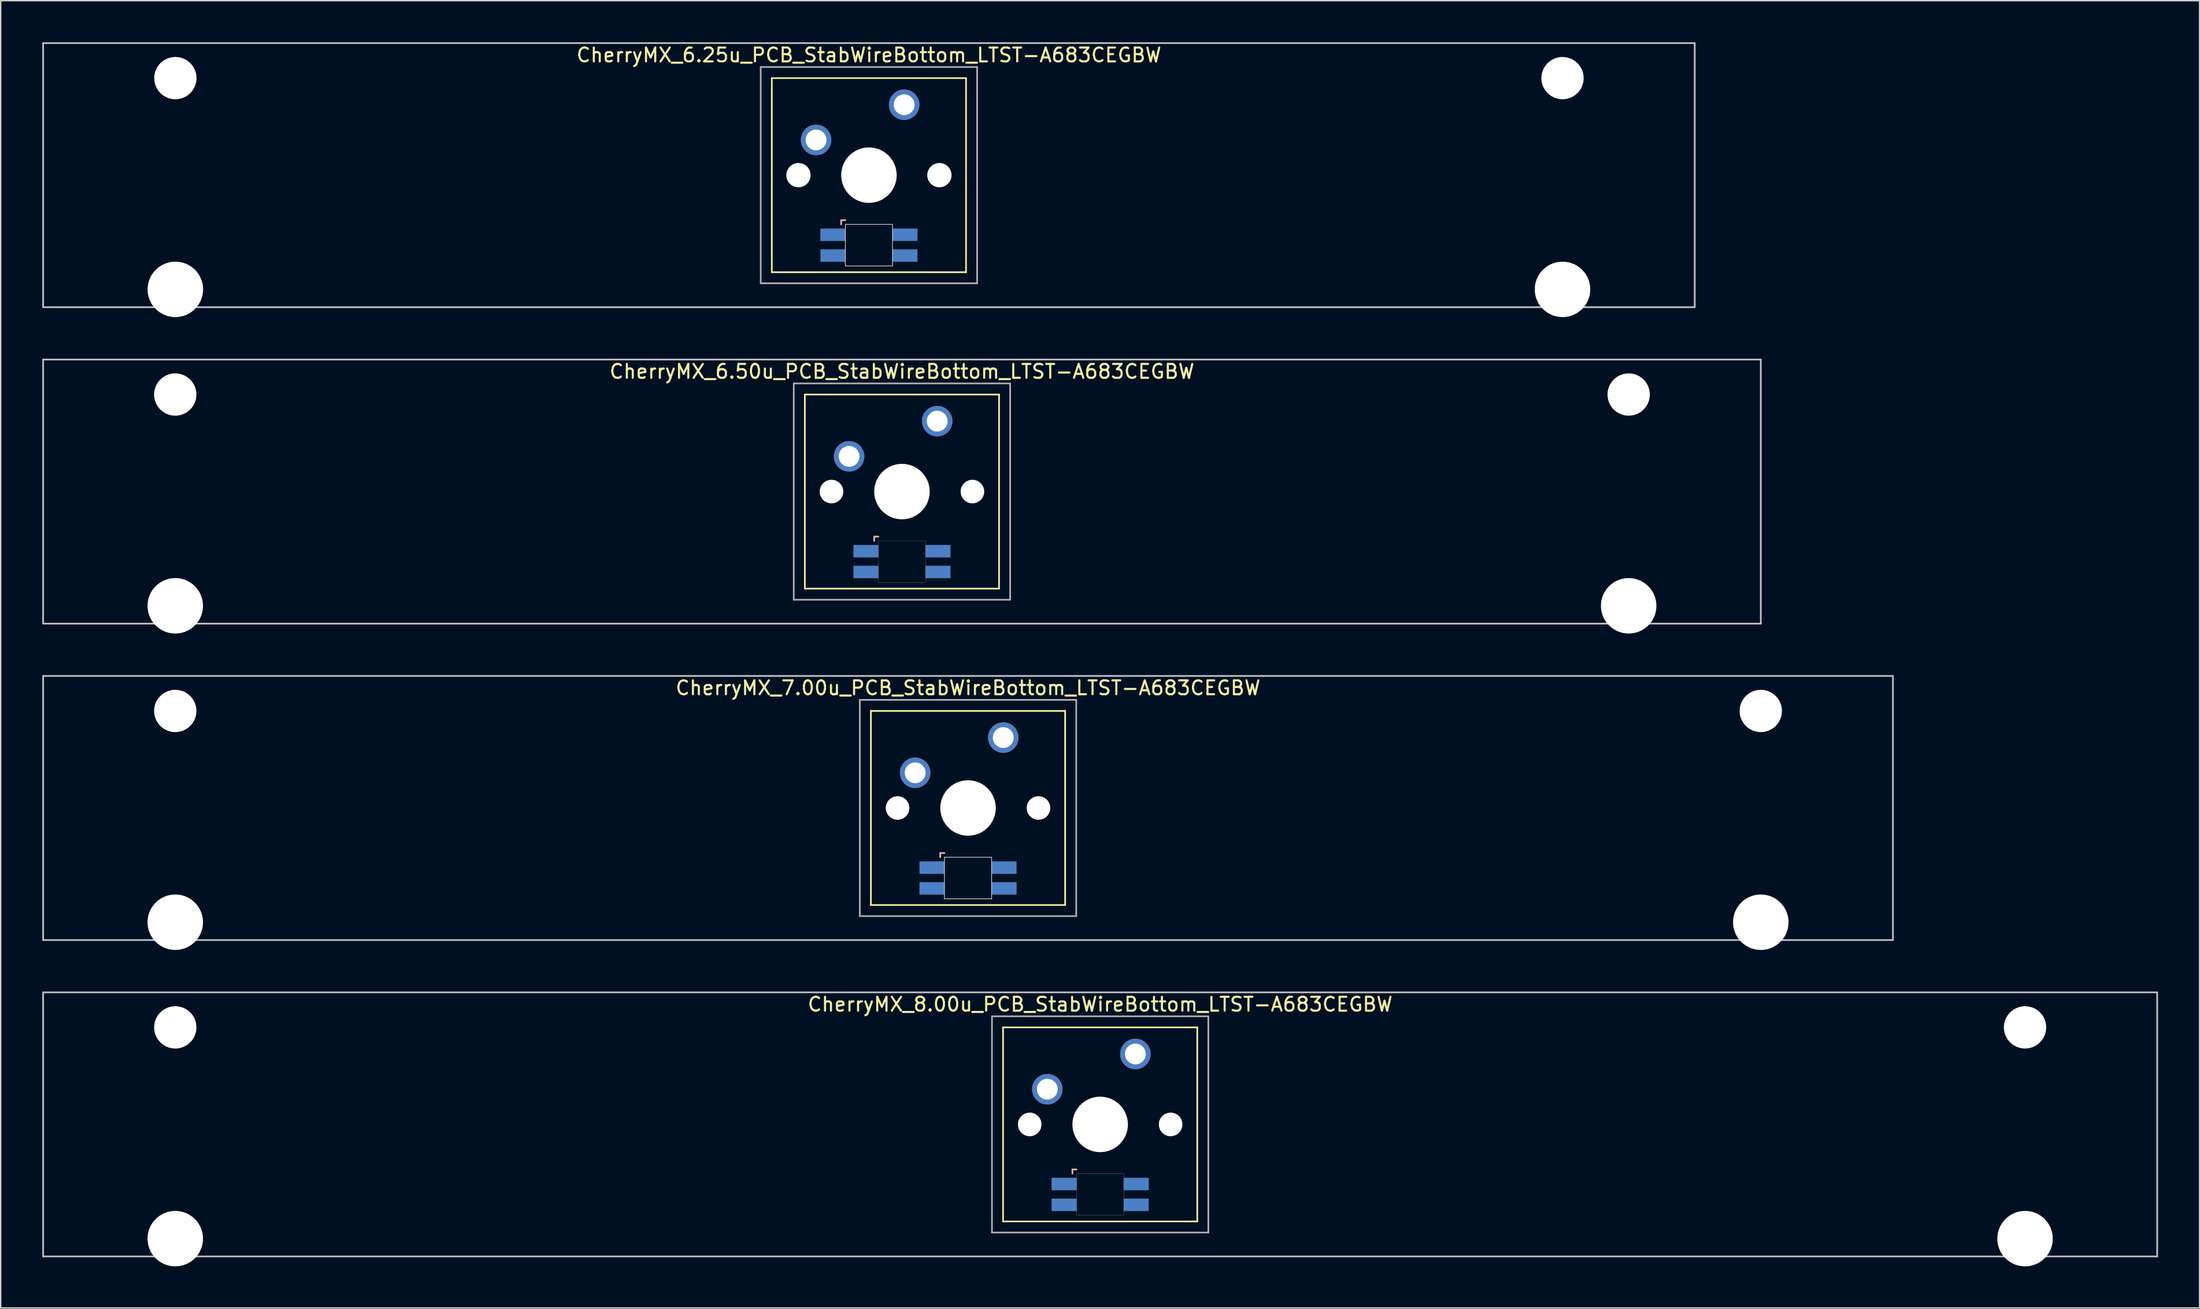
<source format=kicad_pcb>
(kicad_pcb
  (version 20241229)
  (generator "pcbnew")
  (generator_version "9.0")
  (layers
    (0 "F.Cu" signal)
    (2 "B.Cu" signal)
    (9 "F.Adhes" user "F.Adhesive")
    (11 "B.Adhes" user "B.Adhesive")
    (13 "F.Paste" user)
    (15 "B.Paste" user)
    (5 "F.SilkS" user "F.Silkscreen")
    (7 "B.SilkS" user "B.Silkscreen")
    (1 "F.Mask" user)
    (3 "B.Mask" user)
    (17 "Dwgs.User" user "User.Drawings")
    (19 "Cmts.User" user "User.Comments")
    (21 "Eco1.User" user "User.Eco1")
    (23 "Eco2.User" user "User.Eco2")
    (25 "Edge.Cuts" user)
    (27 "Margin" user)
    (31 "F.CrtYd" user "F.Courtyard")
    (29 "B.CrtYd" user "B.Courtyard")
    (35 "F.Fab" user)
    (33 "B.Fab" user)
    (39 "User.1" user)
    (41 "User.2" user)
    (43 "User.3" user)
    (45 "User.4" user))
  (footprint "CherryMX_6.50u_PCB_StabWireBottom_LTST-A683CEGBW"
    (layer "F.Cu")
    (at 61.972 32.41)
    (property "Reference" "CherryMX_6.50u_PCB_StabWireBottom_LTST-A683CEGBW" (at 0 -8.662 0) (layer "F.SilkS") (effects (font (size 1 1) (thickness 0.15))))
    (attr through_hole)
    (fp_line (start -7 -7) (end -7 7) (stroke (width 0.12) (type solid)) (layer "F.SilkS"))
    (fp_line (start -7 -7) (end 7 -7) (stroke (width 0.12) (type solid)) (layer "F.SilkS"))
    (fp_line (start 7 -7) (end 7 7) (stroke (width 0.12) (type solid)) (layer "F.SilkS"))
    (fp_line (start 7 7) (end -7 7) (stroke (width 0.12) (type solid)) (layer "F.SilkS"))
    (fp_line (start -2 3.25) (end -2 3.55) (stroke (width 0.12) (type solid)) (layer "B.SilkS"))
    (fp_line (start -1.7 3.25) (end -2 3.25) (stroke (width 0.12) (type solid)) (layer "B.SilkS"))
    (fp_line (start -61.913 -9.525) (end 61.913 -9.525) (stroke (width 0.12) (type solid)) (layer "Dwgs.User"))
    (fp_line (start -61.913 9.525) (end -61.913 -9.525) (stroke (width 0.12) (type solid)) (layer "Dwgs.User"))
    (fp_line (start 61.913 -9.525) (end 61.913 9.525) (stroke (width 0.12) (type solid)) (layer "Dwgs.User"))
    (fp_line (start 61.913 9.525) (end -61.913 9.525) (stroke (width 0.12) (type solid)) (layer "Dwgs.User"))
    (fp_poly (pts (xy 1.7 6.55) (xy -1.7 6.55) (xy -1.7 3.55) (xy 1.7 3.55)) (stroke (width 0.01) (type solid)) (fill no) (layer "Edge.Cuts"))
    (fp_line (start -7.8 -7.8) (end -7.8 7.8) (stroke (width 0.12) (type solid)) (layer "F.Fab"))
    (fp_line (start -7.8 -7.8) (end 7.8 -7.8) (stroke (width 0.12) (type solid)) (layer "F.Fab"))
    (fp_line (start -7.8 7.8) (end 7.8 7.8) (stroke (width 0.12) (type solid)) (layer "F.Fab"))
    (fp_line (start 7.8 -7.8) (end 7.8 7.8) (stroke (width 0.12) (type solid)) (layer "F.Fab"))
    (pad "" np_thru_hole circle (at -52.388 -7) (size 3.05 3.05) (drill 3.05) (layers "*.Cu" "*.Mask"))
    (pad "" np_thru_hole circle (at -52.388 8.24) (size 4 4) (drill 4) (layers "*.Cu" "*.Mask"))
    (pad "" np_thru_hole circle (at -5.08 0) (size 1.7 1.7) (drill 1.7) (layers "*.Cu" "*.Mask"))
    (pad "" np_thru_hole circle (at 0 0) (size 4 4) (drill 4) (layers "*.Cu" "*.Mask"))
    (pad "" np_thru_hole circle (at 5.08 0) (size 1.7 1.7) (drill 1.7) (layers "*.Cu" "*.Mask"))
    (pad "" np_thru_hole circle (at 52.388 -7) (size 3.05 3.05) (drill 3.05) (layers "*.Cu" "*.Mask"))
    (pad "" np_thru_hole circle (at 52.388 8.24) (size 4 4) (drill 4) (layers "*.Cu" "*.Mask"))
    (pad "1" thru_hole circle (at -3.81 -2.54) (size 2.2 2.2) (drill 1.5) (layers "*.Cu" "*.Mask"))
    (pad "2" thru_hole circle (at 2.54 -5.08) (size 2.2 2.2) (drill 1.5) (layers "*.Cu" "*.Mask"))
    (pad "3" smd rect (at -2.6 4.3) (size 1.8 0.9) (layers "B.Cu" "B.Mask" "B.Paste"))
    (pad "4" smd rect (at -2.6 5.8) (size 1.8 0.9) (layers "B.Cu" "B.Mask" "B.Paste"))
    (pad "5" smd rect (at 2.6 4.3) (size 1.8 0.9) (layers "B.Cu" "B.Mask" "B.Paste"))
    (pad "6" smd rect (at 2.6 5.8) (size 1.8 0.9) (layers "B.Cu" "B.Mask" "B.Paste")))
  (footprint "CherryMX_6.25u_PCB_StabWireBottom_LTST-A683CEGBW"
    (layer "F.Cu")
    (at 59.591 9.585)
    (property "Reference" "CherryMX_6.25u_PCB_StabWireBottom_LTST-A683CEGBW" (at 0 -8.662 0) (layer "F.SilkS") (effects (font (size 1 1) (thickness 0.15))))
    (attr through_hole)
    (fp_line (start -7 -7) (end -7 7) (stroke (width 0.12) (type solid)) (layer "F.SilkS"))
    (fp_line (start -7 -7) (end 7 -7) (stroke (width 0.12) (type solid)) (layer "F.SilkS"))
    (fp_line (start 7 -7) (end 7 7) (stroke (width 0.12) (type solid)) (layer "F.SilkS"))
    (fp_line (start 7 7) (end -7 7) (stroke (width 0.12) (type solid)) (layer "F.SilkS"))
    (fp_line (start -2 3.25) (end -2 3.55) (stroke (width 0.12) (type solid)) (layer "B.SilkS"))
    (fp_line (start -1.7 3.25) (end -2 3.25) (stroke (width 0.12) (type solid)) (layer "B.SilkS"))
    (fp_line (start -59.531 -9.525) (end 59.531 -9.525) (stroke (width 0.12) (type solid)) (layer "Dwgs.User"))
    (fp_line (start -59.531 9.525) (end -59.531 -9.525) (stroke (width 0.12) (type solid)) (layer "Dwgs.User"))
    (fp_line (start 59.531 -9.525) (end 59.531 9.525) (stroke (width 0.12) (type solid)) (layer "Dwgs.User"))
    (fp_line (start 59.531 9.525) (end -59.531 9.525) (stroke (width 0.12) (type solid)) (layer "Dwgs.User"))
    (fp_line (start -1.7 3.55) (end 1.7 3.55) (stroke (width 0.05) (type solid)) (layer "Edge.Cuts"))
    (fp_line (start -1.7 6.55) (end -1.7 3.55) (stroke (width 0.05) (type solid)) (layer "Edge.Cuts"))
    (fp_line (start 1.7 3.55) (end 1.7 6.55) (stroke (width 0.05) (type solid)) (layer "Edge.Cuts"))
    (fp_line (start 1.7 6.55) (end -1.7 6.55) (stroke (width 0.05) (type solid)) (layer "Edge.Cuts"))
    (fp_line (start -7.8 -7.8) (end -7.8 7.8) (stroke (width 0.12) (type solid)) (layer "F.Fab"))
    (fp_line (start -7.8 -7.8) (end 7.8 -7.8) (stroke (width 0.12) (type solid)) (layer "F.Fab"))
    (fp_line (start -7.8 7.8) (end 7.8 7.8) (stroke (width 0.12) (type solid)) (layer "F.Fab"))
    (fp_line (start 7.8 -7.8) (end 7.8 7.8) (stroke (width 0.12) (type solid)) (layer "F.Fab"))
    (pad "" np_thru_hole circle (at -50 -7) (size 3.05 3.05) (drill 3.05) (layers "*.Cu" "*.Mask"))
    (pad "" np_thru_hole circle (at -50 8.24) (size 4 4) (drill 4) (layers "*.Cu" "*.Mask"))
    (pad "" np_thru_hole circle (at -5.08 0) (size 1.75 1.75) (drill 1.75) (layers "*.Cu" "*.Mask"))
    (pad "" np_thru_hole circle (at 0 0) (size 4 4) (drill 4) (layers "*.Cu" "*.Mask"))
    (pad "" np_thru_hole circle (at 5.08 0) (size 1.75 1.75) (drill 1.75) (layers "*.Cu" "*.Mask"))
    (pad "" np_thru_hole circle (at 50 -7) (size 3.05 3.05) (drill 3.05) (layers "*.Cu" "*.Mask"))
    (pad "" np_thru_hole circle (at 50 8.24) (size 4 4) (drill 4) (layers "*.Cu" "*.Mask"))
    (pad "1" thru_hole circle (at -3.81 -2.54) (size 2.2 2.2) (drill 1.5) (layers "*.Cu" "*.Mask"))
    (pad "2" thru_hole circle (at 2.54 -5.08) (size 2.2 2.2) (drill 1.5) (layers "*.Cu" "*.Mask"))
    (pad "3" smd rect (at -2.6 4.3) (size 1.8 0.9) (layers "B.Cu" "B.Mask" "B.Paste"))
    (pad "4" smd rect (at -2.6 5.8) (size 1.8 0.9) (layers "B.Cu" "B.Mask" "B.Paste"))
    (pad "5" smd rect (at 2.6 4.3) (size 1.8 0.9) (layers "B.Cu" "B.Mask" "B.Paste"))
    (pad "6" smd rect (at 2.6 5.8) (size 1.8 0.9) (layers "B.Cu" "B.Mask" "B.Paste")))
  (footprint "CherryMX_8.00u_PCB_StabWireBottom_LTST-A683CEGBW"
    (layer "F.Cu")
    (at 76.26 78.06)
    (property "Reference" "CherryMX_8.00u_PCB_StabWireBottom_LTST-A683CEGBW" (at 0 -8.662 0) (layer "F.SilkS") (effects (font (size 1 1) (thickness 0.15))))
    (attr through_hole)
    (fp_line (start -7 -7) (end -7 7) (stroke (width 0.12) (type solid)) (layer "F.SilkS"))
    (fp_line (start -7 -7) (end 7 -7) (stroke (width 0.12) (type solid)) (layer "F.SilkS"))
    (fp_line (start 7 -7) (end 7 7) (stroke (width 0.12) (type solid)) (layer "F.SilkS"))
    (fp_line (start 7 7) (end -7 7) (stroke (width 0.12) (type solid)) (layer "F.SilkS"))
    (fp_line (start -2 3.25) (end -2 3.55) (stroke (width 0.12) (type solid)) (layer "B.SilkS"))
    (fp_line (start -1.7 3.25) (end -2 3.25) (stroke (width 0.12) (type solid)) (layer "B.SilkS"))
    (fp_line (start -76.2 -9.525) (end 76.2 -9.525) (stroke (width 0.12) (type solid)) (layer "Dwgs.User"))
    (fp_line (start -76.2 9.525) (end -76.2 -9.525) (stroke (width 0.12) (type solid)) (layer "Dwgs.User"))
    (fp_line (start 76.2 -9.525) (end 76.2 9.525) (stroke (width 0.12) (type solid)) (layer "Dwgs.User"))
    (fp_line (start 76.2 9.525) (end -76.2 9.525) (stroke (width 0.12) (type solid)) (layer "Dwgs.User"))
    (fp_poly (pts (xy 1.7 6.55) (xy -1.7 6.55) (xy -1.7 3.55) (xy 1.7 3.55)) (stroke (width 0.01) (type solid)) (fill no) (layer "Edge.Cuts"))
    (fp_line (start -7.8 -7.8) (end -7.8 7.8) (stroke (width 0.12) (type solid)) (layer "F.Fab"))
    (fp_line (start -7.8 -7.8) (end 7.8 -7.8) (stroke (width 0.12) (type solid)) (layer "F.Fab"))
    (fp_line (start -7.8 7.8) (end 7.8 7.8) (stroke (width 0.12) (type solid)) (layer "F.Fab"))
    (fp_line (start 7.8 -7.8) (end 7.8 7.8) (stroke (width 0.12) (type solid)) (layer "F.Fab"))
    (pad "" np_thru_hole circle (at -66.675 -7) (size 3.05 3.05) (drill 3.05) (layers "*.Cu" "*.Mask"))
    (pad "" np_thru_hole circle (at -66.675 8.24) (size 4 4) (drill 4) (layers "*.Cu" "*.Mask"))
    (pad "" np_thru_hole circle (at -5.08 0) (size 1.7 1.7) (drill 1.7) (layers "*.Cu" "*.Mask"))
    (pad "" np_thru_hole circle (at 0 0) (size 4 4) (drill 4) (layers "*.Cu" "*.Mask"))
    (pad "" np_thru_hole circle (at 5.08 0) (size 1.7 1.7) (drill 1.7) (layers "*.Cu" "*.Mask"))
    (pad "" np_thru_hole circle (at 66.675 -7) (size 3.05 3.05) (drill 3.05) (layers "*.Cu" "*.Mask"))
    (pad "" np_thru_hole circle (at 66.675 8.24) (size 4 4) (drill 4) (layers "*.Cu" "*.Mask"))
    (pad "1" thru_hole circle (at -3.81 -2.54) (size 2.2 2.2) (drill 1.5) (layers "*.Cu" "*.Mask"))
    (pad "2" thru_hole circle (at 2.54 -5.08) (size 2.2 2.2) (drill 1.5) (layers "*.Cu" "*.Mask"))
    (pad "3" smd rect (at -2.6 4.3) (size 1.8 0.9) (layers "B.Cu" "B.Mask" "B.Paste"))
    (pad "4" smd rect (at -2.6 5.8) (size 1.8 0.9) (layers "B.Cu" "B.Mask" "B.Paste"))
    (pad "5" smd rect (at 2.6 4.3) (size 1.8 0.9) (layers "B.Cu" "B.Mask" "B.Paste"))
    (pad "6" smd rect (at 2.6 5.8) (size 1.8 0.9) (layers "B.Cu" "B.Mask" "B.Paste")))
  (footprint "CherryMX_7.00u_PCB_StabWireBottom_LTST-A683CEGBW"
    (layer "F.Cu")
    (at 66.735 55.235)
    (property "Reference" "CherryMX_7.00u_PCB_StabWireBottom_LTST-A683CEGBW" (at 0 -8.662 0) (layer "F.SilkS") (effects (font (size 1 1) (thickness 0.15))))
    (attr through_hole)
    (fp_line (start -7 -7) (end -7 7) (stroke (width 0.12) (type solid)) (layer "F.SilkS"))
    (fp_line (start -7 -7) (end 7 -7) (stroke (width 0.12) (type solid)) (layer "F.SilkS"))
    (fp_line (start 7 -7) (end 7 7) (stroke (width 0.12) (type solid)) (layer "F.SilkS"))
    (fp_line (start 7 7) (end -7 7) (stroke (width 0.12) (type solid)) (layer "F.SilkS"))
    (fp_line (start -2 3.25) (end -2 3.55) (stroke (width 0.12) (type solid)) (layer "B.SilkS"))
    (fp_line (start -1.7 3.25) (end -2 3.25) (stroke (width 0.12) (type solid)) (layer "B.SilkS"))
    (fp_line (start -66.675 -9.525) (end 66.675 -9.525) (stroke (width 0.12) (type solid)) (layer "Dwgs.User"))
    (fp_line (start -66.675 9.525) (end -66.675 -9.525) (stroke (width 0.12) (type solid)) (layer "Dwgs.User"))
    (fp_line (start 66.675 -9.525) (end 66.675 9.525) (stroke (width 0.12) (type solid)) (layer "Dwgs.User"))
    (fp_line (start 66.675 9.525) (end -66.675 9.525) (stroke (width 0.12) (type solid)) (layer "Dwgs.User"))
    (fp_line (start -1.7 3.55) (end 1.7 3.55) (stroke (width 0.05) (type solid)) (layer "Edge.Cuts"))
    (fp_line (start -1.7 6.55) (end -1.7 3.55) (stroke (width 0.05) (type solid)) (layer "Edge.Cuts"))
    (fp_line (start 1.7 3.55) (end 1.7 6.55) (stroke (width 0.05) (type solid)) (layer "Edge.Cuts"))
    (fp_line (start 1.7 6.55) (end -1.7 6.55) (stroke (width 0.05) (type solid)) (layer "Edge.Cuts"))
    (fp_line (start -7.8 -7.8) (end -7.8 7.8) (stroke (width 0.12) (type solid)) (layer "F.Fab"))
    (fp_line (start -7.8 -7.8) (end 7.8 -7.8) (stroke (width 0.12) (type solid)) (layer "F.Fab"))
    (fp_line (start -7.8 7.8) (end 7.8 7.8) (stroke (width 0.12) (type solid)) (layer "F.Fab"))
    (fp_line (start 7.8 -7.8) (end 7.8 7.8) (stroke (width 0.12) (type solid)) (layer "F.Fab"))
    (pad "" np_thru_hole circle (at -57.15 -7) (size 3.05 3.05) (drill 3.05) (layers "*.Cu" "*.Mask"))
    (pad "" np_thru_hole circle (at -57.15 8.24) (size 4 4) (drill 4) (layers "*.Cu" "*.Mask"))
    (pad "" np_thru_hole circle (at -5.08 0) (size 1.7 1.7) (drill 1.7) (layers "*.Cu" "*.Mask"))
    (pad "" np_thru_hole circle (at 0 0) (size 4 4) (drill 4) (layers "*.Cu" "*.Mask"))
    (pad "" np_thru_hole circle (at 5.08 0) (size 1.7 1.7) (drill 1.7) (layers "*.Cu" "*.Mask"))
    (pad "" np_thru_hole circle (at 57.15 -7) (size 3.05 3.05) (drill 3.05) (layers "*.Cu" "*.Mask"))
    (pad "" np_thru_hole circle (at 57.15 8.24) (size 4 4) (drill 4) (layers "*.Cu" "*.Mask"))
    (pad "1" thru_hole circle (at -3.81 -2.54) (size 2.2 2.2) (drill 1.5) (layers "*.Cu" "*.Mask"))
    (pad "2" thru_hole circle (at 2.54 -5.08) (size 2.2 2.2) (drill 1.5) (layers "*.Cu" "*.Mask"))
    (pad "3" smd rect (at -2.6 4.3) (size 1.8 0.9) (layers "B.Cu" "B.Mask" "B.Paste"))
    (pad "4" smd rect (at -2.6 5.8) (size 1.8 0.9) (layers "B.Cu" "B.Mask" "B.Paste"))
    (pad "5" smd rect (at 2.6 4.3) (size 1.8 0.9) (layers "B.Cu" "B.Mask" "B.Paste"))
    (pad "6" smd rect (at 2.6 5.8) (size 1.8 0.9) (layers "B.Cu" "B.Mask" "B.Paste")))
  (gr_rect
    (start -3 -3)
    (end 155.52 91.3)
    (stroke (width 0.1) (type default))
    (fill no)
    (layer "Edge.Cuts")))
</source>
